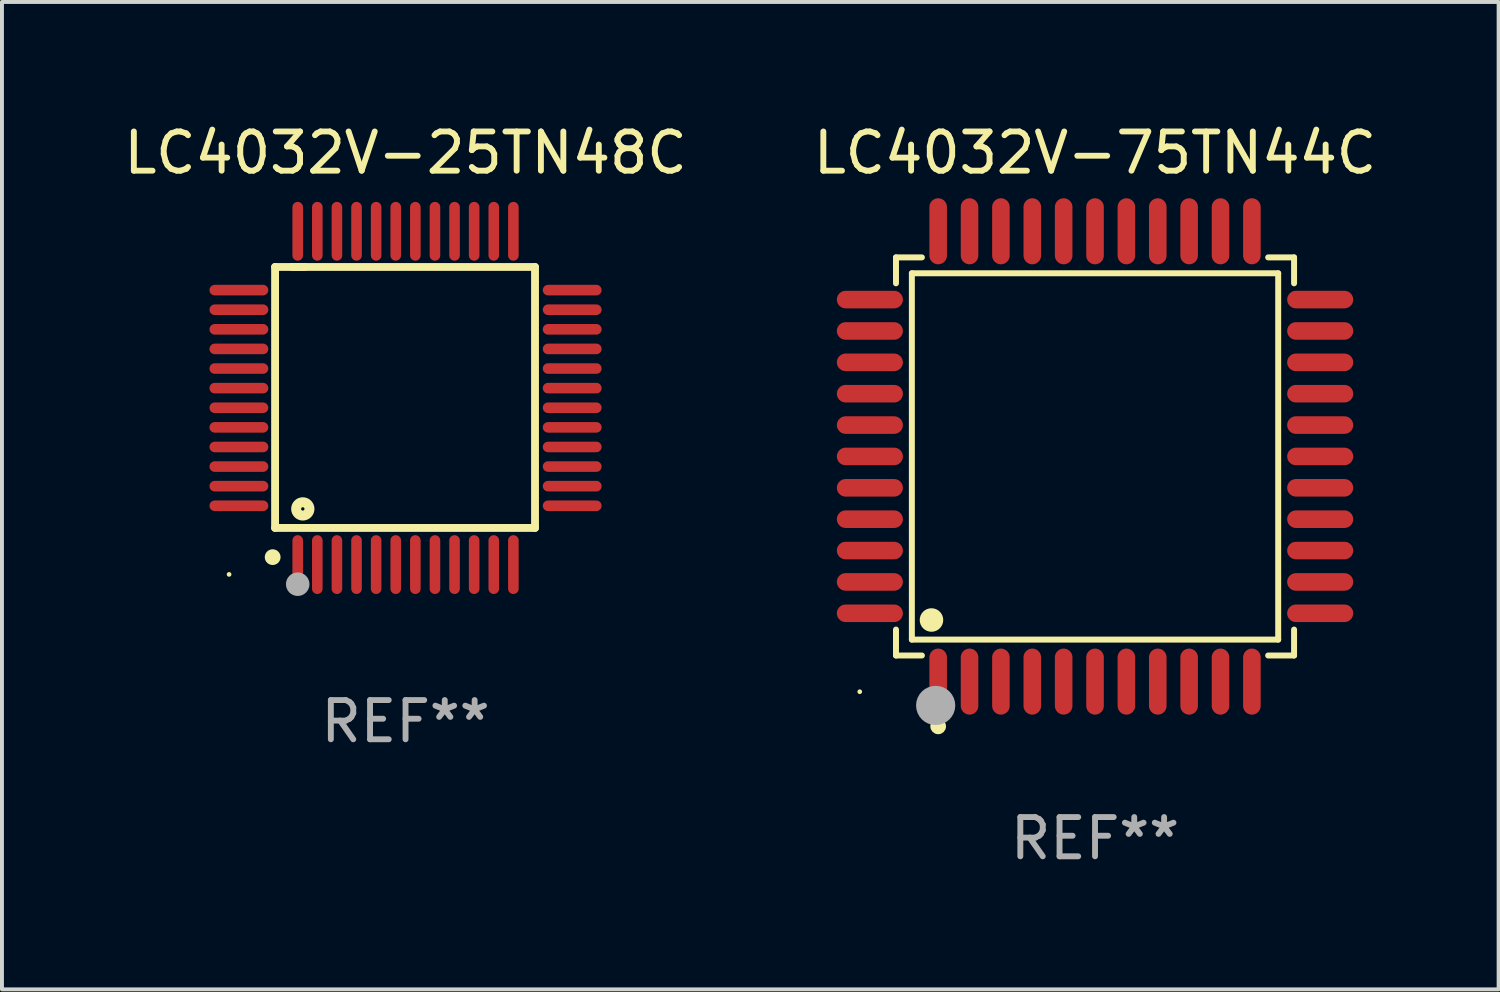
<source format=kicad_pcb>
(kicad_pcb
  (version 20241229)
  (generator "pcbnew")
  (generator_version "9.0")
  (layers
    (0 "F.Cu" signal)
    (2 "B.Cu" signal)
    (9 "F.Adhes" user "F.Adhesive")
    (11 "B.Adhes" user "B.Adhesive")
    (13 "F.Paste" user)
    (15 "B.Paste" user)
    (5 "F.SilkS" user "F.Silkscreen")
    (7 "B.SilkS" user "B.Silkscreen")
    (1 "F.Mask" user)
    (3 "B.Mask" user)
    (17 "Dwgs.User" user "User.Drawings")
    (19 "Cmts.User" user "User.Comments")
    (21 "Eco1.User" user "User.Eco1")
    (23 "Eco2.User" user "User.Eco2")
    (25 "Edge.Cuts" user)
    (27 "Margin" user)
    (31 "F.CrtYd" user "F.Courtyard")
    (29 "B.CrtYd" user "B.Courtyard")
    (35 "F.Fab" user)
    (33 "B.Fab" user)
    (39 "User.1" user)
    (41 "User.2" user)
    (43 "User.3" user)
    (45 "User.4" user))
  (footprint "LC4032V-25TN48C"
    (layer "F.Cu")
    (at 7.292 7.098)
    (property "Reference" "LC4032V-25TN48C" (at 0 -6.25 0) (layer "F.SilkS") (effects (font (size 1 1) (thickness 0.15))))
    (attr through_hole)
    (fp_line (start -3.327 -3.34) (end -2.565 -3.34) (stroke (width 0.2) (type solid)) (layer "F.SilkS"))
    (fp_line (start -3.327 3.315) (end -3.327 -3.34) (stroke (width 0.2) (type solid)) (layer "F.SilkS"))
    (fp_line (start -2.896 -3.34) (end 3.302 -3.34) (stroke (width 0.2) (type solid)) (layer "F.SilkS"))
    (fp_line (start 3.302 -3.34) (end 3.302 3.315) (stroke (width 0.2) (type solid)) (layer "F.SilkS"))
    (fp_line (start 3.302 3.315) (end -3.327 3.315) (stroke (width 0.2) (type solid)) (layer "F.SilkS"))
    (fp_arc (start -3.389992 4.059995) (mid -3.388722 4.059991) (end -3.387452 4.059995) (stroke (width 0.4) (type solid)) (layer "F.SilkS"))
    (fp_circle (center -4.5 4.5) (end -4.47 4.5) (stroke (width 0.06) (type solid)) (fill no) (layer "F.SilkS"))
    (fp_circle (center -2.62 2.83) (end -2.45 2.83) (stroke (width 0.254) (type solid)) (fill no) (layer "F.SilkS"))
    (fp_circle (center -2.75 4.75) (end -2.6 4.75) (stroke (width 0.3) (type solid)) (fill no) (layer "F.Fab"))
    (fp_text user "REF**" (at 0 8.25 0) (layer "F.Fab") (effects (font (size 1 1) (thickness 0.15))))
    (pad "1" smd oval (at -2.75 4.25) (size 0.27 1.5) (layers "F.Cu" "F.Mask" "F.Paste"))
    (pad "2" smd oval (at -2.25 4.25) (size 0.27 1.5) (layers "F.Cu" "F.Mask" "F.Paste"))
    (pad "3" smd oval (at -1.75 4.25) (size 0.27 1.5) (layers "F.Cu" "F.Mask" "F.Paste"))
    (pad "4" smd oval (at -1.25 4.25) (size 0.27 1.5) (layers "F.Cu" "F.Mask" "F.Paste"))
    (pad "5" smd oval (at -0.75 4.25) (size 0.27 1.5) (layers "F.Cu" "F.Mask" "F.Paste"))
    (pad "6" smd oval (at -0.25 4.25) (size 0.27 1.5) (layers "F.Cu" "F.Mask" "F.Paste"))
    (pad "7" smd oval (at 0.25 4.25) (size 0.27 1.5) (layers "F.Cu" "F.Mask" "F.Paste"))
    (pad "8" smd oval (at 0.75 4.25) (size 0.27 1.5) (layers "F.Cu" "F.Mask" "F.Paste"))
    (pad "9" smd oval (at 1.25 4.25) (size 0.27 1.5) (layers "F.Cu" "F.Mask" "F.Paste"))
    (pad "10" smd oval (at 1.75 4.25) (size 0.27 1.5) (layers "F.Cu" "F.Mask" "F.Paste"))
    (pad "11" smd oval (at 2.25 4.25) (size 0.27 1.5) (layers "F.Cu" "F.Mask" "F.Paste"))
    (pad "12" smd oval (at 2.75 4.25) (size 0.27 1.5) (layers "F.Cu" "F.Mask" "F.Paste"))
    (pad "13" smd oval (at 4.25 2.75) (size 1.5 0.27) (layers "F.Cu" "F.Mask" "F.Paste"))
    (pad "14" smd oval (at 4.25 2.25) (size 1.5 0.27) (layers "F.Cu" "F.Mask" "F.Paste"))
    (pad "15" smd oval (at 4.25 1.75) (size 1.5 0.27) (layers "F.Cu" "F.Mask" "F.Paste"))
    (pad "16" smd oval (at 4.25 1.25) (size 1.5 0.27) (layers "F.Cu" "F.Mask" "F.Paste"))
    (pad "17" smd oval (at 4.25 0.75) (size 1.5 0.27) (layers "F.Cu" "F.Mask" "F.Paste"))
    (pad "18" smd oval (at 4.25 0.25) (size 1.5 0.27) (layers "F.Cu" "F.Mask" "F.Paste"))
    (pad "19" smd oval (at 4.25 -0.25) (size 1.5 0.27) (layers "F.Cu" "F.Mask" "F.Paste"))
    (pad "20" smd oval (at 4.25 -0.75) (size 1.5 0.27) (layers "F.Cu" "F.Mask" "F.Paste"))
    (pad "21" smd oval (at 4.25 -1.25) (size 1.5 0.27) (layers "F.Cu" "F.Mask" "F.Paste"))
    (pad "22" smd oval (at 4.25 -1.75) (size 1.5 0.27) (layers "F.Cu" "F.Mask" "F.Paste"))
    (pad "23" smd oval (at 4.25 -2.25) (size 1.5 0.27) (layers "F.Cu" "F.Mask" "F.Paste"))
    (pad "24" smd oval (at 4.25 -2.75) (size 1.5 0.27) (layers "F.Cu" "F.Mask" "F.Paste"))
    (pad "25" smd oval (at 2.75 -4.25) (size 0.27 1.5) (layers "F.Cu" "F.Mask" "F.Paste"))
    (pad "26" smd oval (at 2.25 -4.25) (size 0.27 1.5) (layers "F.Cu" "F.Mask" "F.Paste"))
    (pad "27" smd oval (at 1.75 -4.25) (size 0.27 1.5) (layers "F.Cu" "F.Mask" "F.Paste"))
    (pad "28" smd oval (at 1.25 -4.25) (size 0.27 1.5) (layers "F.Cu" "F.Mask" "F.Paste"))
    (pad "29" smd oval (at 0.75 -4.25) (size 0.27 1.5) (layers "F.Cu" "F.Mask" "F.Paste"))
    (pad "30" smd oval (at 0.25 -4.25) (size 0.27 1.5) (layers "F.Cu" "F.Mask" "F.Paste"))
    (pad "31" smd oval (at -0.25 -4.25) (size 0.27 1.5) (layers "F.Cu" "F.Mask" "F.Paste"))
    (pad "32" smd oval (at -0.75 -4.25) (size 0.27 1.5) (layers "F.Cu" "F.Mask" "F.Paste"))
    (pad "33" smd oval (at -1.25 -4.25) (size 0.27 1.5) (layers "F.Cu" "F.Mask" "F.Paste"))
    (pad "34" smd oval (at -1.75 -4.25) (size 0.27 1.5) (layers "F.Cu" "F.Mask" "F.Paste"))
    (pad "35" smd oval (at -2.25 -4.25) (size 0.27 1.5) (layers "F.Cu" "F.Mask" "F.Paste"))
    (pad "36" smd oval (at -2.75 -4.25) (size 0.27 1.5) (layers "F.Cu" "F.Mask" "F.Paste"))
    (pad "37" smd oval (at -4.25 -2.75) (size 1.5 0.27) (layers "F.Cu" "F.Mask" "F.Paste"))
    (pad "38" smd oval (at -4.25 -2.25) (size 1.5 0.27) (layers "F.Cu" "F.Mask" "F.Paste"))
    (pad "39" smd oval (at -4.25 -1.75) (size 1.5 0.27) (layers "F.Cu" "F.Mask" "F.Paste"))
    (pad "40" smd oval (at -4.25 -1.25) (size 1.5 0.27) (layers "F.Cu" "F.Mask" "F.Paste"))
    (pad "41" smd oval (at -4.25 -0.75) (size 1.5 0.27) (layers "F.Cu" "F.Mask" "F.Paste"))
    (pad "42" smd oval (at -4.25 -0.25) (size 1.5 0.27) (layers "F.Cu" "F.Mask" "F.Paste"))
    (pad "43" smd oval (at -4.25 0.25) (size 1.5 0.27) (layers "F.Cu" "F.Mask" "F.Paste"))
    (pad "44" smd oval (at -4.25 0.75) (size 1.5 0.27) (layers "F.Cu" "F.Mask" "F.Paste"))
    (pad "45" smd oval (at -4.25 1.25) (size 1.5 0.27) (layers "F.Cu" "F.Mask" "F.Paste"))
    (pad "46" smd oval (at -4.25 1.75) (size 1.5 0.27) (layers "F.Cu" "F.Mask" "F.Paste"))
    (pad "47" smd oval (at -4.25 2.25) (size 1.5 0.27) (layers "F.Cu" "F.Mask" "F.Paste"))
    (pad "48" smd oval (at -4.25 2.75) (size 1.5 0.27) (layers "F.Cu" "F.Mask" "F.Paste")))
  (footprint "LC4032V-75TN44C"
    (layer "F.Cu")
    (at 24.875 8.59)
    (property "Reference" "LC4032V-75TN44C" (at 0 -7.742 0) (layer "F.SilkS") (effects (font (size 1 1) (thickness 0.15))))
    (attr through_hole)
    (fp_line (start -5.076 -5.076) (end -4.415 -5.076) (stroke (width 0.152) (type solid)) (layer "F.SilkS"))
    (fp_line (start -5.076 -4.415) (end -5.076 -5.076) (stroke (width 0.152) (type solid)) (layer "F.SilkS"))
    (fp_line (start -5.076 4.415) (end -5.076 5.076) (stroke (width 0.152) (type solid)) (layer "F.SilkS"))
    (fp_line (start -5.076 5.076) (end -4.415 5.076) (stroke (width 0.152) (type solid)) (layer "F.SilkS"))
    (fp_line (start -4.671 -4.671) (end 4.671 -4.671) (stroke (width 0.152) (type solid)) (layer "F.SilkS"))
    (fp_line (start -4.671 4.671) (end -4.671 -4.671) (stroke (width 0.152) (type solid)) (layer "F.SilkS"))
    (fp_line (start 4.671 -4.671) (end 4.671 4.671) (stroke (width 0.152) (type solid)) (layer "F.SilkS"))
    (fp_line (start 4.671 4.671) (end -4.671 4.671) (stroke (width 0.152) (type solid)) (layer "F.SilkS"))
    (fp_line (start 5.076 -5.076) (end 4.415 -5.076) (stroke (width 0.152) (type solid)) (layer "F.SilkS"))
    (fp_line (start 5.076 -4.415) (end 5.076 -5.076) (stroke (width 0.152) (type solid)) (layer "F.SilkS"))
    (fp_line (start 5.076 4.415) (end 5.076 5.076) (stroke (width 0.152) (type solid)) (layer "F.SilkS"))
    (fp_line (start 5.076 5.076) (end 4.415 5.076) (stroke (width 0.152) (type solid)) (layer "F.SilkS"))
    (fp_circle (center -6 6) (end -5.97 6) (stroke (width 0.06) (type solid)) (fill no) (layer "F.SilkS"))
    (fp_circle (center -4.171 4.171) (end -4.021 4.171) (stroke (width 0.3) (type solid)) (fill no) (layer "F.SilkS"))
    (fp_circle (center -4 6.884) (end -3.9 6.884) (stroke (width 0.2) (type solid)) (fill no) (layer "F.SilkS"))
    (fp_circle (center -4.064 6.35) (end -3.814 6.35) (stroke (width 0.5) (type solid)) (fill no) (layer "F.Fab"))
    (fp_text user "REF**" (at 0 9.742 0) (layer "F.Fab") (effects (font (size 1 1) (thickness 0.15))))
    (pad "1" smd oval (at -4 5.742) (size 0.448 1.684) (layers "F.Cu" "F.Mask" "F.Paste"))
    (pad "2" smd oval (at -3.2 5.742) (size 0.448 1.684) (layers "F.Cu" "F.Mask" "F.Paste"))
    (pad "3" smd oval (at -2.4 5.742) (size 0.448 1.684) (layers "F.Cu" "F.Mask" "F.Paste"))
    (pad "4" smd oval (at -1.6 5.742) (size 0.448 1.684) (layers "F.Cu" "F.Mask" "F.Paste"))
    (pad "5" smd oval (at -0.8 5.742) (size 0.448 1.684) (layers "F.Cu" "F.Mask" "F.Paste"))
    (pad "6" smd oval (at 0 5.742) (size 0.448 1.684) (layers "F.Cu" "F.Mask" "F.Paste"))
    (pad "7" smd oval (at 0.8 5.742) (size 0.448 1.684) (layers "F.Cu" "F.Mask" "F.Paste"))
    (pad "8" smd oval (at 1.6 5.742) (size 0.448 1.684) (layers "F.Cu" "F.Mask" "F.Paste"))
    (pad "9" smd oval (at 2.4 5.742) (size 0.448 1.684) (layers "F.Cu" "F.Mask" "F.Paste"))
    (pad "10" smd oval (at 3.2 5.742) (size 0.448 1.684) (layers "F.Cu" "F.Mask" "F.Paste"))
    (pad "11" smd oval (at 4 5.742) (size 0.448 1.684) (layers "F.Cu" "F.Mask" "F.Paste"))
    (pad "12" smd oval (at 5.742 4) (size 1.684 0.448) (layers "F.Cu" "F.Mask" "F.Paste"))
    (pad "13" smd oval (at 5.742 3.2) (size 1.684 0.448) (layers "F.Cu" "F.Mask" "F.Paste"))
    (pad "14" smd oval (at 5.742 2.4) (size 1.684 0.448) (layers "F.Cu" "F.Mask" "F.Paste"))
    (pad "15" smd oval (at 5.742 1.6) (size 1.684 0.448) (layers "F.Cu" "F.Mask" "F.Paste"))
    (pad "16" smd oval (at 5.742 0.8) (size 1.684 0.448) (layers "F.Cu" "F.Mask" "F.Paste"))
    (pad "17" smd oval (at 5.742 0) (size 1.684 0.448) (layers "F.Cu" "F.Mask" "F.Paste"))
    (pad "18" smd oval (at 5.742 -0.8) (size 1.684 0.448) (layers "F.Cu" "F.Mask" "F.Paste"))
    (pad "19" smd oval (at 5.742 -1.6) (size 1.684 0.448) (layers "F.Cu" "F.Mask" "F.Paste"))
    (pad "20" smd oval (at 5.742 -2.4) (size 1.684 0.448) (layers "F.Cu" "F.Mask" "F.Paste"))
    (pad "21" smd oval (at 5.742 -3.2) (size 1.684 0.448) (layers "F.Cu" "F.Mask" "F.Paste"))
    (pad "22" smd oval (at 5.742 -4) (size 1.684 0.448) (layers "F.Cu" "F.Mask" "F.Paste"))
    (pad "23" smd oval (at 4 -5.742) (size 0.448 1.684) (layers "F.Cu" "F.Mask" "F.Paste"))
    (pad "24" smd oval (at 3.2 -5.742) (size 0.448 1.684) (layers "F.Cu" "F.Mask" "F.Paste"))
    (pad "25" smd oval (at 2.4 -5.742) (size 0.448 1.684) (layers "F.Cu" "F.Mask" "F.Paste"))
    (pad "26" smd oval (at 1.6 -5.742) (size 0.448 1.684) (layers "F.Cu" "F.Mask" "F.Paste"))
    (pad "27" smd oval (at 0.8 -5.742) (size 0.448 1.684) (layers "F.Cu" "F.Mask" "F.Paste"))
    (pad "28" smd oval (at 0 -5.742) (size 0.448 1.684) (layers "F.Cu" "F.Mask" "F.Paste"))
    (pad "29" smd oval (at -0.8 -5.742) (size 0.448 1.684) (layers "F.Cu" "F.Mask" "F.Paste"))
    (pad "30" smd oval (at -1.6 -5.742) (size 0.448 1.684) (layers "F.Cu" "F.Mask" "F.Paste"))
    (pad "31" smd oval (at -2.4 -5.742) (size 0.448 1.684) (layers "F.Cu" "F.Mask" "F.Paste"))
    (pad "32" smd oval (at -3.2 -5.742) (size 0.448 1.684) (layers "F.Cu" "F.Mask" "F.Paste"))
    (pad "33" smd oval (at -4 -5.742) (size 0.448 1.684) (layers "F.Cu" "F.Mask" "F.Paste"))
    (pad "34" smd oval (at -5.742 -4) (size 1.684 0.448) (layers "F.Cu" "F.Mask" "F.Paste"))
    (pad "35" smd oval (at -5.742 -3.2) (size 1.684 0.448) (layers "F.Cu" "F.Mask" "F.Paste"))
    (pad "36" smd oval (at -5.742 -2.4) (size 1.684 0.448) (layers "F.Cu" "F.Mask" "F.Paste"))
    (pad "37" smd oval (at -5.742 -1.6) (size 1.684 0.448) (layers "F.Cu" "F.Mask" "F.Paste"))
    (pad "38" smd oval (at -5.742 -0.8) (size 1.684 0.448) (layers "F.Cu" "F.Mask" "F.Paste"))
    (pad "39" smd oval (at -5.742 0) (size 1.684 0.448) (layers "F.Cu" "F.Mask" "F.Paste"))
    (pad "40" smd oval (at -5.742 0.8) (size 1.684 0.448) (layers "F.Cu" "F.Mask" "F.Paste"))
    (pad "41" smd oval (at -5.742 1.6) (size 1.684 0.448) (layers "F.Cu" "F.Mask" "F.Paste"))
    (pad "42" smd oval (at -5.742 2.4) (size 1.684 0.448) (layers "F.Cu" "F.Mask" "F.Paste"))
    (pad "43" smd oval (at -5.742 3.2) (size 1.684 0.448) (layers "F.Cu" "F.Mask" "F.Paste"))
    (pad "44" smd oval (at -5.742 4) (size 1.684 0.448) (layers "F.Cu" "F.Mask" "F.Paste")))
  (gr_rect
    (start -3 -3)
    (end 35.167 22.18)
    (stroke (width 0.1) (type default))
    (fill no)
    (layer "Edge.Cuts")))
</source>
